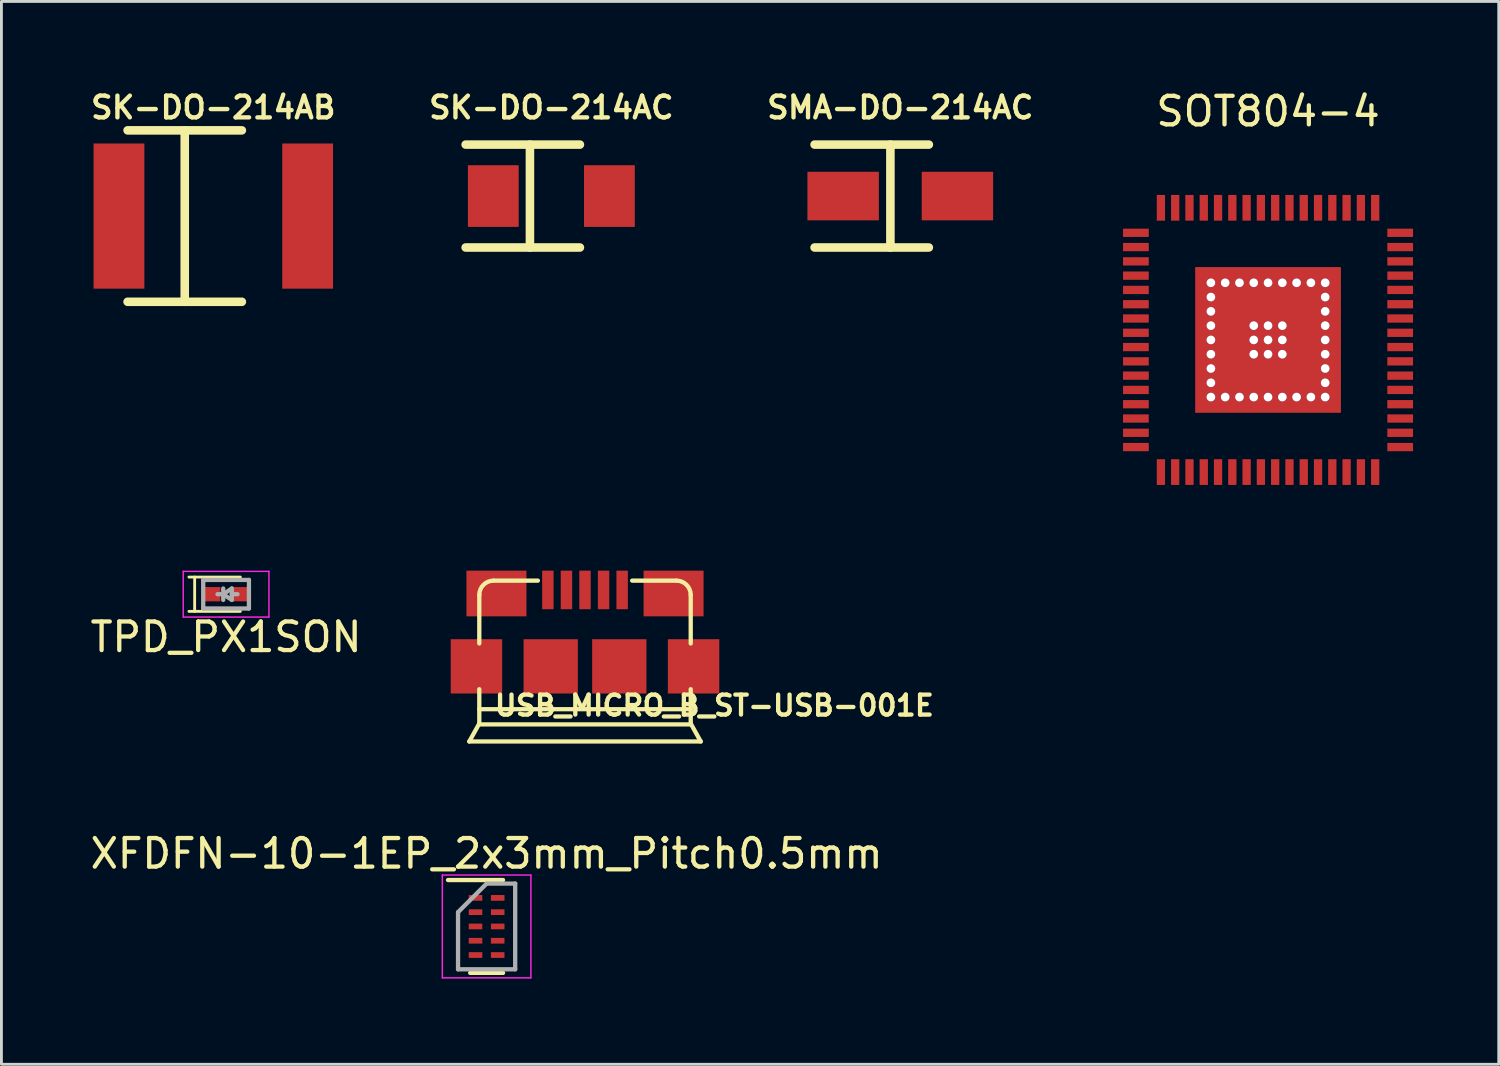
<source format=kicad_pcb>
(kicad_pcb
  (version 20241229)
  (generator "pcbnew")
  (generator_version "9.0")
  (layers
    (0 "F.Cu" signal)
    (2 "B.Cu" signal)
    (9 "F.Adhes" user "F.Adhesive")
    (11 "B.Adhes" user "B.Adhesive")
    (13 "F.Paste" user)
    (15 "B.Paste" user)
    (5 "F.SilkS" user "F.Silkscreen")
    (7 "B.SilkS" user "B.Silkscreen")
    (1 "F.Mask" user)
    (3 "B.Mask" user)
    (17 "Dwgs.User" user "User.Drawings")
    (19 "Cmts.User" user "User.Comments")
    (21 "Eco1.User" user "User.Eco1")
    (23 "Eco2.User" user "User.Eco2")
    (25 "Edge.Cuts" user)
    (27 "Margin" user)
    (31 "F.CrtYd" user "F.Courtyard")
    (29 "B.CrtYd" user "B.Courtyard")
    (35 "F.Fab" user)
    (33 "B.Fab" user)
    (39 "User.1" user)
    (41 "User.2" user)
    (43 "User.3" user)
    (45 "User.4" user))
  (footprint "SK-DO-214AC"
    (layer "F.Cu")
    (at 16.248 3.812)
    (property "Reference" "SK-DO-214AC" (at 0 -3.099 0) (layer "F.SilkS") (effects (font (size 0.762 0.762) (thickness 0.152))))
    (attr smd)
    (fp_line (start -0.75 -1.801) (end -0.75 1.801) (stroke (width 0.3) (type solid)) (layer "F.SilkS"))
    (fp_line (start 1 -1.801) (end -3 -1.801) (stroke (width 0.3) (type solid)) (layer "F.SilkS"))
    (fp_line (start 1 1.801) (end -3 1.801) (stroke (width 0.3) (type solid)) (layer "F.SilkS"))
    (pad "1" smd rect (at -2.032 0) (size 1.778 2.159) (layers "F.Cu" "F.Mask" "F.Paste"))
    (pad "2" smd rect (at 2.032 0) (size 1.778 2.159) (layers "F.Cu" "F.Mask" "F.Paste")))
  (footprint "SMA-DO-214AC"
    (layer "F.Cu")
    (at 28.461 3.812)
    (property "Reference" "SMA-DO-214AC" (at 0 -3.099 0) (layer "F.SilkS") (effects (font (size 0.762 0.762) (thickness 0.152))))
    (attr smd)
    (fp_line (start -0.346 -1.801) (end -0.346 1.801) (stroke (width 0.3) (type solid)) (layer "F.SilkS"))
    (fp_line (start 1 -1.801) (end -3 -1.801) (stroke (width 0.3) (type solid)) (layer "F.SilkS"))
    (fp_line (start 1 1.801) (end -3 1.801) (stroke (width 0.3) (type solid)) (layer "F.SilkS"))
    (pad "1" smd rect (at -2 0) (size 2.5 1.7) (layers "F.Cu" "F.Mask" "F.Paste"))
    (pad "2" smd rect (at 2 0) (size 2.5 1.7) (layers "F.Cu" "F.Mask" "F.Paste")))
  (footprint "SOT804-4"
    (layer "F.Cu")
    (at 41.333 8.848)
    (property "Reference" "SOT804-4" (at 0 -8 0) (layer "F.SilkS") (effects (font (size 1 1) (thickness 0.15))))
    (attr through_hole)
    (pad "1" smd rect (at -4.625 -3.75) (size 0.9 0.29) (layers "F.Cu" "F.Mask" "F.Paste"))
    (pad "2" smd rect (at -4.625 -3.25) (size 0.9 0.29) (layers "F.Cu" "F.Mask" "F.Paste"))
    (pad "3" smd rect (at -4.625 -2.75) (size 0.9 0.29) (layers "F.Cu" "F.Mask" "F.Paste"))
    (pad "4" smd rect (at -4.625 -2.25) (size 0.9 0.29) (layers "F.Cu" "F.Mask" "F.Paste"))
    (pad "5" smd rect (at -4.625 -1.75) (size 0.9 0.29) (layers "F.Cu" "F.Mask" "F.Paste"))
    (pad "6" smd rect (at -4.625 -1.25) (size 0.9 0.29) (layers "F.Cu" "F.Mask" "F.Paste"))
    (pad "7" smd rect (at -4.625 -0.75) (size 0.9 0.29) (layers "F.Cu" "F.Mask" "F.Paste"))
    (pad "8" smd rect (at -4.625 -0.25) (size 0.9 0.29) (layers "F.Cu" "F.Mask" "F.Paste"))
    (pad "9" smd rect (at -4.625 0.25) (size 0.9 0.29) (layers "F.Cu" "F.Mask" "F.Paste"))
    (pad "10" smd rect (at -4.625 0.75) (size 0.9 0.29) (layers "F.Cu" "F.Mask" "F.Paste"))
    (pad "11" smd rect (at -4.625 1.25) (size 0.9 0.29) (layers "F.Cu" "F.Mask" "F.Paste"))
    (pad "12" smd rect (at -4.625 1.75) (size 0.9 0.29) (layers "F.Cu" "F.Mask" "F.Paste"))
    (pad "13" smd rect (at -4.625 2.25) (size 0.9 0.29) (layers "F.Cu" "F.Mask" "F.Paste"))
    (pad "14" smd rect (at -4.625 2.75) (size 0.9 0.29) (layers "F.Cu" "F.Mask" "F.Paste"))
    (pad "15" smd rect (at -4.625 3.25) (size 0.9 0.29) (layers "F.Cu" "F.Mask" "F.Paste"))
    (pad "16" smd rect (at -4.625 3.75) (size 0.9 0.29) (layers "F.Cu" "F.Mask" "F.Paste"))
    (pad "17" smd rect (at -3.75 4.625) (size 0.29 0.9) (layers "F.Cu" "F.Mask" "F.Paste"))
    (pad "18" smd rect (at -3.25 4.625) (size 0.29 0.9) (layers "F.Cu" "F.Mask" "F.Paste"))
    (pad "19" smd rect (at -2.75 4.625) (size 0.29 0.9) (layers "F.Cu" "F.Mask" "F.Paste"))
    (pad "20" smd rect (at -2.25 4.625) (size 0.29 0.9) (layers "F.Cu" "F.Mask" "F.Paste"))
    (pad "21" smd rect (at -1.75 4.625) (size 0.29 0.9) (layers "F.Cu" "F.Mask" "F.Paste"))
    (pad "22" smd rect (at -1.25 4.625) (size 0.29 0.9) (layers "F.Cu" "F.Mask" "F.Paste"))
    (pad "23" smd rect (at -0.75 4.625) (size 0.29 0.9) (layers "F.Cu" "F.Mask" "F.Paste"))
    (pad "24" smd rect (at -0.25 4.625) (size 0.29 0.9) (layers "F.Cu" "F.Mask" "F.Paste"))
    (pad "25" smd rect (at 0.25 4.625) (size 0.29 0.9) (layers "F.Cu" "F.Mask" "F.Paste"))
    (pad "26" smd rect (at 0.75 4.625) (size 0.29 0.9) (layers "F.Cu" "F.Mask" "F.Paste"))
    (pad "27" smd rect (at 1.25 4.625) (size 0.29 0.9) (layers "F.Cu" "F.Mask" "F.Paste"))
    (pad "28" smd rect (at 1.75 4.625) (size 0.29 0.9) (layers "F.Cu" "F.Mask" "F.Paste"))
    (pad "29" smd rect (at 2.25 4.625) (size 0.29 0.9) (layers "F.Cu" "F.Mask" "F.Paste"))
    (pad "30" smd rect (at 2.75 4.625) (size 0.29 0.9) (layers "F.Cu" "F.Mask" "F.Paste"))
    (pad "31" smd rect (at 3.25 4.625) (size 0.29 0.9) (layers "F.Cu" "F.Mask" "F.Paste"))
    (pad "32" smd rect (at 3.75 4.625) (size 0.29 0.9) (layers "F.Cu" "F.Mask" "F.Paste"))
    (pad "33" smd rect (at 4.625 3.75 180) (size 0.9 0.29) (layers "F.Cu" "F.Mask" "F.Paste"))
    (pad "34" smd rect (at 4.625 3.25 180) (size 0.9 0.29) (layers "F.Cu" "F.Mask" "F.Paste"))
    (pad "35" smd rect (at 4.625 2.75 180) (size 0.9 0.29) (layers "F.Cu" "F.Mask" "F.Paste"))
    (pad "36" smd rect (at 4.625 2.25 180) (size 0.9 0.29) (layers "F.Cu" "F.Mask" "F.Paste"))
    (pad "37" smd rect (at 4.625 1.75 180) (size 0.9 0.29) (layers "F.Cu" "F.Mask" "F.Paste"))
    (pad "38" smd rect (at 4.625 1.25 180) (size 0.9 0.29) (layers "F.Cu" "F.Mask" "F.Paste"))
    (pad "39" smd rect (at 4.625 0.75 180) (size 0.9 0.29) (layers "F.Cu" "F.Mask" "F.Paste"))
    (pad "40" smd rect (at 4.625 0.25 180) (size 0.9 0.29) (layers "F.Cu" "F.Mask" "F.Paste"))
    (pad "41" smd rect (at 4.625 -0.25 180) (size 0.9 0.29) (layers "F.Cu" "F.Mask" "F.Paste"))
    (pad "42" smd rect (at 4.625 -0.75 180) (size 0.9 0.29) (layers "F.Cu" "F.Mask" "F.Paste"))
    (pad "43" smd rect (at 4.625 -1.25 180) (size 0.9 0.29) (layers "F.Cu" "F.Mask" "F.Paste"))
    (pad "44" smd rect (at 4.625 -1.75 180) (size 0.9 0.29) (layers "F.Cu" "F.Mask" "F.Paste"))
    (pad "45" smd rect (at 4.625 -2.25 180) (size 0.9 0.29) (layers "F.Cu" "F.Mask" "F.Paste"))
    (pad "46" smd rect (at 4.625 -2.75 180) (size 0.9 0.29) (layers "F.Cu" "F.Mask" "F.Paste"))
    (pad "47" smd rect (at 4.625 -3.25 180) (size 0.9 0.29) (layers "F.Cu" "F.Mask" "F.Paste"))
    (pad "48" smd rect (at 4.625 -3.75 180) (size 0.9 0.29) (layers "F.Cu" "F.Mask" "F.Paste"))
    (pad "49" smd rect (at 3.75 -4.625) (size 0.29 0.9) (layers "F.Cu" "F.Mask" "F.Paste"))
    (pad "50" smd rect (at 3.25 -4.625) (size 0.29 0.9) (layers "F.Cu" "F.Mask" "F.Paste"))
    (pad "51" smd rect (at 2.75 -4.625) (size 0.29 0.9) (layers "F.Cu" "F.Mask" "F.Paste"))
    (pad "52" smd rect (at 2.25 -4.625) (size 0.29 0.9) (layers "F.Cu" "F.Mask" "F.Paste"))
    (pad "53" smd rect (at 1.75 -4.625) (size 0.29 0.9) (layers "F.Cu" "F.Mask" "F.Paste"))
    (pad "54" smd rect (at 1.25 -4.625) (size 0.29 0.9) (layers "F.Cu" "F.Mask" "F.Paste"))
    (pad "55" smd rect (at 0.75 -4.625) (size 0.29 0.9) (layers "F.Cu" "F.Mask" "F.Paste"))
    (pad "56" smd rect (at 0.25 -4.625) (size 0.29 0.9) (layers "F.Cu" "F.Mask" "F.Paste"))
    (pad "57" smd rect (at -0.25 -4.625) (size 0.29 0.9) (layers "F.Cu" "F.Mask" "F.Paste"))
    (pad "58" smd rect (at -0.75 -4.625) (size 0.29 0.9) (layers "F.Cu" "F.Mask" "F.Paste"))
    (pad "59" smd rect (at -1.25 -4.625) (size 0.29 0.9) (layers "F.Cu" "F.Mask" "F.Paste"))
    (pad "60" smd rect (at -1.75 -4.625) (size 0.29 0.9) (layers "F.Cu" "F.Mask" "F.Paste"))
    (pad "61" smd rect (at -2.25 -4.625) (size 0.29 0.9) (layers "F.Cu" "F.Mask" "F.Paste"))
    (pad "62" smd rect (at -2.75 -4.625) (size 0.29 0.9) (layers "F.Cu" "F.Mask" "F.Paste"))
    (pad "63" smd rect (at -3.25 -4.625) (size 0.29 0.9) (layers "F.Cu" "F.Mask" "F.Paste"))
    (pad "64" smd rect (at -3.75 -4.625) (size 0.29 0.9) (layers "F.Cu" "F.Mask" "F.Paste"))
    (pad "65" thru_hole circle (at -2 -2) (size 0.3 0.3) (drill 0.3) (layers "*.Cu" "*.Mask"))
    (pad "65" thru_hole circle (at -2 -1.5) (size 0.3 0.3) (drill 0.3) (layers "*.Cu" "*.Mask"))
    (pad "65" thru_hole circle (at -2 -1) (size 0.3 0.3) (drill 0.3) (layers "*.Cu" "*.Mask"))
    (pad "65" thru_hole circle (at -2 -0.5) (size 0.3 0.3) (drill 0.3) (layers "*.Cu" "*.Mask"))
    (pad "65" thru_hole circle (at -2 0) (size 0.3 0.3) (drill 0.3) (layers "*.Cu" "*.Mask"))
    (pad "65" thru_hole circle (at -2 0.5) (size 0.3 0.3) (drill 0.3) (layers "*.Cu" "*.Mask"))
    (pad "65" thru_hole circle (at -2 1) (size 0.3 0.3) (drill 0.3) (layers "*.Cu" "*.Mask"))
    (pad "65" thru_hole circle (at -2 1.5) (size 0.3 0.3) (drill 0.3) (layers "*.Cu" "*.Mask"))
    (pad "65" thru_hole circle (at -2 2) (size 0.3 0.3) (drill 0.3) (layers "*.Cu" "*.Mask"))
    (pad "65" thru_hole circle (at -1.5 -2) (size 0.3 0.3) (drill 0.3) (layers "*.Cu" "*.Mask"))
    (pad "65" thru_hole circle (at -1.5 2) (size 0.3 0.3) (drill 0.3) (layers "*.Cu" "*.Mask"))
    (pad "65" thru_hole circle (at -1 -2) (size 0.3 0.3) (drill 0.3) (layers "*.Cu" "*.Mask"))
    (pad "65" thru_hole circle (at -1 2) (size 0.3 0.3) (drill 0.3) (layers "*.Cu" "*.Mask"))
    (pad "65" thru_hole circle (at -0.5 -2) (size 0.3 0.3) (drill 0.3) (layers "*.Cu" "*.Mask"))
    (pad "65" thru_hole circle (at -0.5 -0.5) (size 0.3 0.3) (drill 0.3) (layers "*.Cu" "*.Mask"))
    (pad "65" thru_hole circle (at -0.5 0) (size 0.3 0.3) (drill 0.3) (layers "*.Cu" "*.Mask"))
    (pad "65" thru_hole circle (at -0.5 0.5) (size 0.3 0.3) (drill 0.3) (layers "*.Cu" "*.Mask"))
    (pad "65" thru_hole circle (at -0.5 2) (size 0.3 0.3) (drill 0.3) (layers "*.Cu" "*.Mask"))
    (pad "65" thru_hole circle (at 0 -2) (size 0.3 0.3) (drill 0.3) (layers "*.Cu" "*.Mask"))
    (pad "65" thru_hole circle (at 0 -0.5) (size 0.3 0.3) (drill 0.3) (layers "*.Cu" "*.Mask"))
    (pad "65" thru_hole circle (at 0 0) (size 0.3 0.3) (drill 0.3) (layers "*.Cu" "*.Mask"))
    (pad "65" smd rect (at 0 0) (size 5.1 5.1) (layers "F.Cu" "F.Mask" "F.Paste"))
    (pad "65" thru_hole circle (at 0 0.5) (size 0.3 0.3) (drill 0.3) (layers "*.Cu" "*.Mask"))
    (pad "65" thru_hole circle (at 0 2) (size 0.3 0.3) (drill 0.3) (layers "*.Cu" "*.Mask"))
    (pad "65" thru_hole circle (at 0.5 -2) (size 0.3 0.3) (drill 0.3) (layers "*.Cu" "*.Mask"))
    (pad "65" thru_hole circle (at 0.5 -0.5) (size 0.3 0.3) (drill 0.3) (layers "*.Cu" "*.Mask"))
    (pad "65" thru_hole circle (at 0.5 0) (size 0.3 0.3) (drill 0.3) (layers "*.Cu" "*.Mask"))
    (pad "65" thru_hole circle (at 0.5 0.5) (size 0.3 0.3) (drill 0.3) (layers "*.Cu" "*.Mask"))
    (pad "65" thru_hole circle (at 0.5 2) (size 0.3 0.3) (drill 0.3) (layers "*.Cu" "*.Mask"))
    (pad "65" thru_hole circle (at 1 -2) (size 0.3 0.3) (drill 0.3) (layers "*.Cu" "*.Mask"))
    (pad "65" thru_hole circle (at 1 2) (size 0.3 0.3) (drill 0.3) (layers "*.Cu" "*.Mask"))
    (pad "65" thru_hole circle (at 1.5 -2) (size 0.3 0.3) (drill 0.3) (layers "*.Cu" "*.Mask"))
    (pad "65" thru_hole circle (at 1.5 2) (size 0.3 0.3) (drill 0.3) (layers "*.Cu" "*.Mask"))
    (pad "65" thru_hole circle (at 2 -2) (size 0.3 0.3) (drill 0.3) (layers "*.Cu" "*.Mask"))
    (pad "65" thru_hole circle (at 2 -1.5) (size 0.3 0.3) (drill 0.3) (layers "*.Cu" "*.Mask"))
    (pad "65" thru_hole circle (at 2 -1) (size 0.3 0.3) (drill 0.3) (layers "*.Cu" "*.Mask"))
    (pad "65" thru_hole circle (at 2 -0.5) (size 0.3 0.3) (drill 0.3) (layers "*.Cu" "*.Mask"))
    (pad "65" thru_hole circle (at 2 0) (size 0.3 0.3) (drill 0.3) (layers "*.Cu" "*.Mask"))
    (pad "65" thru_hole circle (at 2 0.5) (size 0.3 0.3) (drill 0.3) (layers "*.Cu" "*.Mask"))
    (pad "65" thru_hole circle (at 2 1) (size 0.3 0.3) (drill 0.3) (layers "*.Cu" "*.Mask"))
    (pad "65" thru_hole circle (at 2 1.5) (size 0.3 0.3) (drill 0.3) (layers "*.Cu" "*.Mask"))
    (pad "65" thru_hole circle (at 2 2) (size 0.3 0.3) (drill 0.3) (layers "*.Cu" "*.Mask")))
  (footprint "TPD_PX1SON"
    (layer "F.Cu")
    (at 4.863 17.748)
    (property "Reference" "TPD_PX1SON" (at 0 1.5 0) (layer "F.SilkS") (effects (font (size 1 1) (thickness 0.15))))
    (attr smd)
    (fp_line (start -1.3 -0.6) (end 0.5 -0.6) (stroke (width 0.1) (type solid)) (layer "F.SilkS"))
    (fp_line (start -1.3 0.6) (end 0.5 0.6) (stroke (width 0.1) (type solid)) (layer "F.SilkS"))
    (fp_line (start -1.1 -0.6) (end -1.1 0.6) (stroke (width 0.1) (type solid)) (layer "F.SilkS"))
    (fp_line (start -1.5 -0.8) (end -1.5 0.8) (stroke (width 0.05) (type solid)) (layer "F.CrtYd"))
    (fp_line (start -1.5 0.8) (end 1.5 0.8) (stroke (width 0.05) (type solid)) (layer "F.CrtYd"))
    (fp_line (start 1.5 -0.8) (end -1.5 -0.8) (stroke (width 0.05) (type solid)) (layer "F.CrtYd"))
    (fp_line (start 1.5 0.8) (end 1.5 -0.8) (stroke (width 0.05) (type solid)) (layer "F.CrtYd"))
    (fp_line (start -0.8 -0.5) (end 0.8 -0.5) (stroke (width 0.15) (type solid)) (layer "F.Fab"))
    (fp_line (start -0.8 0.5) (end -0.8 -0.5) (stroke (width 0.15) (type solid)) (layer "F.Fab"))
    (fp_line (start -0.1 -0.2) (end -0.1 0.2) (stroke (width 0.15) (type solid)) (layer "F.Fab"))
    (fp_line (start -0.1 0) (end -0.3 0) (stroke (width 0.15) (type solid)) (layer "F.Fab"))
    (fp_line (start -0.1 0) (end 0.2 0.2) (stroke (width 0.15) (type solid)) (layer "F.Fab"))
    (fp_line (start 0.2 -0.2) (end -0.1 0) (stroke (width 0.15) (type solid)) (layer "F.Fab"))
    (fp_line (start 0.2 0) (end 0.4 0) (stroke (width 0.15) (type solid)) (layer "F.Fab"))
    (fp_line (start 0.2 0.2) (end 0.2 -0.2) (stroke (width 0.15) (type solid)) (layer "F.Fab"))
    (fp_line (start 0.8 -0.5) (end 0.8 0.5) (stroke (width 0.15) (type solid)) (layer "F.Fab"))
    (fp_line (start 0.8 0.5) (end -0.8 0.5) (stroke (width 0.15) (type solid)) (layer "F.Fab"))
    (pad "1" smd rect (at -0.5 0) (size 0.6 0.5) (layers "F.Cu" "F.Mask" "F.Paste"))
    (pad "2" smd rect (at 0.5 0) (size 0.6 0.5) (layers "F.Cu" "F.Mask" "F.Paste")))
  (footprint "XFDFN-10-1EP_2x3mm_Pitch0.5mm"
    (layer "F.Cu")
    (at 13.982 29.377)
    (property "Reference" "XFDFN-10-1EP_2x3mm_Pitch0.5mm" (at 0 -2.55 0) (layer "F.SilkS") (effects (font (size 1 1) (thickness 0.15))))
    (attr smd)
    (fp_line (start -1.35 -1.625) (end 0.575 -1.625) (stroke (width 0.15) (type solid)) (layer "F.SilkS"))
    (fp_line (start -0.575 1.625) (end 0.575 1.625) (stroke (width 0.15) (type solid)) (layer "F.SilkS"))
    (fp_line (start -1.55 -1.8) (end -1.55 1.8) (stroke (width 0.05) (type solid)) (layer "F.CrtYd"))
    (fp_line (start -1.55 -1.8) (end 1.55 -1.8) (stroke (width 0.05) (type solid)) (layer "F.CrtYd"))
    (fp_line (start -1.55 1.8) (end 1.55 1.8) (stroke (width 0.05) (type solid)) (layer "F.CrtYd"))
    (fp_line (start 1.55 -1.8) (end 1.55 1.8) (stroke (width 0.05) (type solid)) (layer "F.CrtYd"))
    (fp_line (start -1 -0.5) (end 0 -1.5) (stroke (width 0.15) (type solid)) (layer "F.Fab"))
    (fp_line (start -1 1.5) (end -1 -0.5) (stroke (width 0.15) (type solid)) (layer "F.Fab"))
    (fp_line (start 0 -1.5) (end 1 -1.5) (stroke (width 0.15) (type solid)) (layer "F.Fab"))
    (fp_line (start 1 -1.5) (end 1 1.5) (stroke (width 0.15) (type solid)) (layer "F.Fab"))
    (fp_line (start 1 1.5) (end -1 1.5) (stroke (width 0.15) (type solid)) (layer "F.Fab"))
    (pad "1" smd rect (at -0.388 -1) (size 0.475 0.2) (layers "F.Cu" "F.Mask" "F.Paste"))
    (pad "2" smd rect (at -0.388 -0.5) (size 0.475 0.2) (layers "F.Cu" "F.Mask" "F.Paste"))
    (pad "3" smd rect (at -0.388 0) (size 0.475 0.2) (layers "F.Cu" "F.Mask" "F.Paste"))
    (pad "4" smd rect (at -0.388 0.5) (size 0.475 0.2) (layers "F.Cu" "F.Mask" "F.Paste"))
    (pad "5" smd rect (at -0.388 1) (size 0.475 0.2) (layers "F.Cu" "F.Mask" "F.Paste"))
    (pad "6" smd rect (at 0.388 1) (size 0.475 0.2) (layers "F.Cu" "F.Mask" "F.Paste"))
    (pad "7" smd rect (at 0.388 0.5) (size 0.475 0.2) (layers "F.Cu" "F.Mask" "F.Paste"))
    (pad "8" smd rect (at 0.388 0) (size 0.475 0.2) (layers "F.Cu" "F.Mask" "F.Paste"))
    (pad "9" smd rect (at 0.388 -0.5) (size 0.475 0.2) (layers "F.Cu" "F.Mask" "F.Paste"))
    (pad "10" smd rect (at 0.388 -1) (size 0.475 0.2) (layers "F.Cu" "F.Mask" "F.Paste")))
  (footprint "SK-DO-214AB"
    (layer "F.Cu")
    (at 4.416 4.513)
    (property "Reference" "SK-DO-214AB" (at 0 -3.8 0) (layer "F.SilkS") (effects (font (size 0.762 0.762) (thickness 0.152))))
    (attr smd)
    (fp_line (start -1 -3) (end -1 3) (stroke (width 0.3) (type solid)) (layer "F.SilkS"))
    (fp_line (start 1 -3) (end -3 -3) (stroke (width 0.3) (type solid)) (layer "F.SilkS"))
    (fp_line (start 1 3) (end -3 3) (stroke (width 0.3) (type solid)) (layer "F.SilkS"))
    (pad "1" smd rect (at -3.302 0) (size 1.778 5.08) (layers "F.Cu" "F.Mask" "F.Paste"))
    (pad "2" smd rect (at 3.302 0) (size 1.778 5.08) (layers "F.Cu" "F.Mask" "F.Paste")))
  (footprint "USB_MICRO_B_ST-USB-001E"
    (layer "F.Cu")
    (at 17.426 20.273)
    (property "Reference" "USB_MICRO_B_ST-USB-001E" (at 4.527 1.372 0) (layer "F.SilkS") (effects (font (size 0.7 0.7) (thickness 0.15))))
    (attr smd)
    (fp_line (start -4.05 2.63) (end -3.7 2) (stroke (width 0.15) (type solid)) (layer "F.SilkS"))
    (fp_line (start -3.7 -0.8) (end -3.7 -2.5) (stroke (width 0.15) (type solid)) (layer "F.SilkS"))
    (fp_line (start -3.7 0.8) (end -3.7 2) (stroke (width 0.15) (type solid)) (layer "F.SilkS"))
    (fp_line (start -3.7 1.5) (end 3.7 1.5) (stroke (width 0.15) (type solid)) (layer "F.SilkS"))
    (fp_line (start -3.683 2.032) (end 3.683 2.032) (stroke (width 0.15) (type solid)) (layer "F.SilkS"))
    (fp_line (start -3.2 -3) (end -1.65 -3) (stroke (width 0.15) (type solid)) (layer "F.SilkS"))
    (fp_line (start 3.2 -3) (end 1.65 -3) (stroke (width 0.15) (type solid)) (layer "F.SilkS"))
    (fp_line (start 3.7 -2.5) (end 3.7 -0.8) (stroke (width 0.15) (type solid)) (layer "F.SilkS"))
    (fp_line (start 3.7 0.8) (end 3.7 2) (stroke (width 0.15) (type solid)) (layer "F.SilkS"))
    (fp_line (start 3.7 2) (end 4.05 2.63) (stroke (width 0.15) (type solid)) (layer "F.SilkS"))
    (fp_line (start 4.05 2.63) (end -4.05 2.63) (stroke (width 0.15) (type solid)) (layer "F.SilkS"))
    (fp_arc (start -3.7 -2.5) (mid -3.553553 -2.853553) (end -3.2 -3) (stroke (width 0.15) (type solid)) (layer "F.SilkS"))
    (fp_arc (start 3.2 -3) (mid 3.553553 -2.853553) (end 3.7 -2.5) (stroke (width 0.15) (type solid)) (layer "F.SilkS"))
    (pad "1" smd rect (at -1.3 -2.675) (size 0.4 1.35) (layers "F.Cu" "F.Mask" "F.Paste"))
    (pad "2" smd rect (at -0.65 -2.675) (size 0.4 1.35) (layers "F.Cu" "F.Mask" "F.Paste"))
    (pad "3" smd rect (at 0 -2.675) (size 0.4 1.35) (layers "F.Cu" "F.Mask" "F.Paste"))
    (pad "4" smd rect (at 0.65 -2.675) (size 0.4 1.35) (layers "F.Cu" "F.Mask" "F.Paste"))
    (pad "5" smd rect (at 1.3 -2.675) (size 0.4 1.35) (layers "F.Cu" "F.Mask" "F.Paste"))
    (pad "6" smd rect (at 3.8 0) (size 1.8 1.9) (layers "F.Cu" "F.Mask" "F.Paste"))
    (pad "7" smd rect (at 1.2 0) (size 1.9 1.9) (layers "F.Cu" "F.Mask" "F.Paste"))
    (pad "8" smd rect (at -1.2 0) (size 1.9 1.9) (layers "F.Cu" "F.Mask" "F.Paste"))
    (pad "9" smd rect (at -3.8 0) (size 1.8 1.9) (layers "F.Cu" "F.Mask" "F.Paste"))
    (pad "10" smd rect (at -3.1 -2.55) (size 2.1 1.6) (layers "F.Cu" "F.Mask" "F.Paste"))
    (pad "11" smd rect (at 3.1 -2.55) (size 2.1 1.6) (layers "F.Cu" "F.Mask" "F.Paste")))
  (gr_rect
    (start -3 -3)
    (end 49.408 34.202)
    (stroke (width 0.1) (type default))
    (fill no)
    (layer "Edge.Cuts")))
</source>
